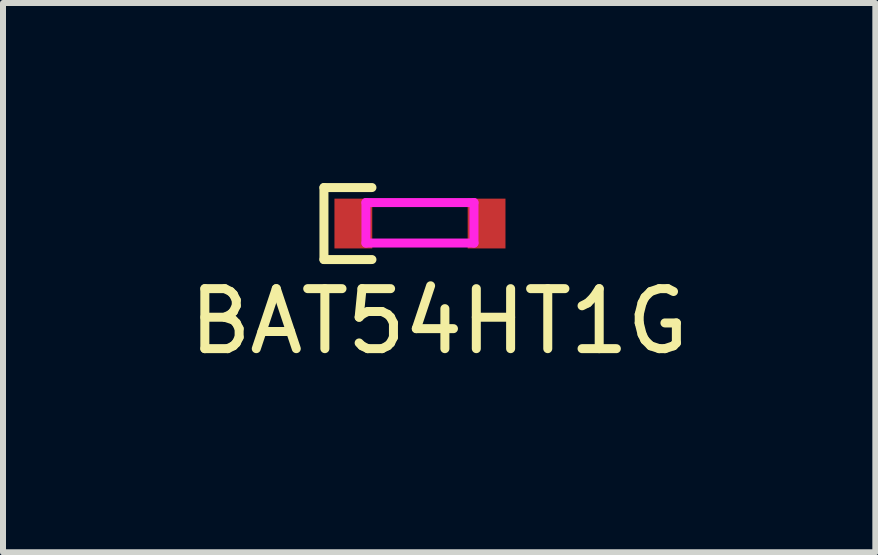
<source format=kicad_pcb>
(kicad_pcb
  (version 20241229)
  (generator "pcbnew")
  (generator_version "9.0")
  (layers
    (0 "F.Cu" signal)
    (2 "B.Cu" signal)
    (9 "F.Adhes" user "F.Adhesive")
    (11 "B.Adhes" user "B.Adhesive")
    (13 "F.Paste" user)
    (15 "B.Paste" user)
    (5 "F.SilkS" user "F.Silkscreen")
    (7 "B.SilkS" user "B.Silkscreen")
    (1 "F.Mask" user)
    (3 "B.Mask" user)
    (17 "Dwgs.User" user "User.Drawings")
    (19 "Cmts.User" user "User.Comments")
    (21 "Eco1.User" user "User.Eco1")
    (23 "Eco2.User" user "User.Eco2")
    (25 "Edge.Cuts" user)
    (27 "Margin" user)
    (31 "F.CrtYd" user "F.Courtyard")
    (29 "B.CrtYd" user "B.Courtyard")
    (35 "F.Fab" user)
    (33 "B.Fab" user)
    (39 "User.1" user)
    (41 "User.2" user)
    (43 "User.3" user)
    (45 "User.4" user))
  (footprint "BAT54HT1G"
    (layer "F.Cu")
    (at 3.948 1.675)
    (property "Reference" "BAT54HT1G" (at 0.32 0.63 0) (layer "F.SilkS") (effects (font (size 1 1) (thickness 0.15))))
    (attr through_hole)
    (fp_line (start -1.6 -1.6) (end -1.6 -0.4) (stroke (width 0.15) (type solid)) (layer "F.SilkS"))
    (fp_line (start -1.6 -0.4) (end -0.8 -0.4) (stroke (width 0.15) (type solid)) (layer "F.SilkS"))
    (fp_line (start -0.8 -1.6) (end -1.6 -1.6) (stroke (width 0.15) (type solid)) (layer "F.SilkS"))
    (fp_line (start -0.9 -1.35) (end 0.9 -1.35) (stroke (width 0.15) (type solid)) (layer "F.CrtYd"))
    (fp_line (start -0.9 -0.675) (end -0.9 -1.35) (stroke (width 0.15) (type solid)) (layer "F.CrtYd"))
    (fp_line (start 0.9 -1.35) (end 0.9 -0.675) (stroke (width 0.15) (type solid)) (layer "F.CrtYd"))
    (fp_line (start 0.9 -0.675) (end -0.9 -0.675) (stroke (width 0.15) (type solid)) (layer "F.CrtYd"))
    (pad "A" smd rect (at 1.11 -1) (size 0.63 0.83) (layers "F.Cu" "F.Mask" "F.Paste"))
    (pad "K" smd rect (at -1.11 -1) (size 0.63 0.83) (layers "F.Cu" "F.Mask" "F.Paste")))
  (gr_rect
    (start -3 -3)
    (end 11.536 6.153)
    (stroke (width 0.1) (type default))
    (fill no)
    (layer "Edge.Cuts")))
</source>
